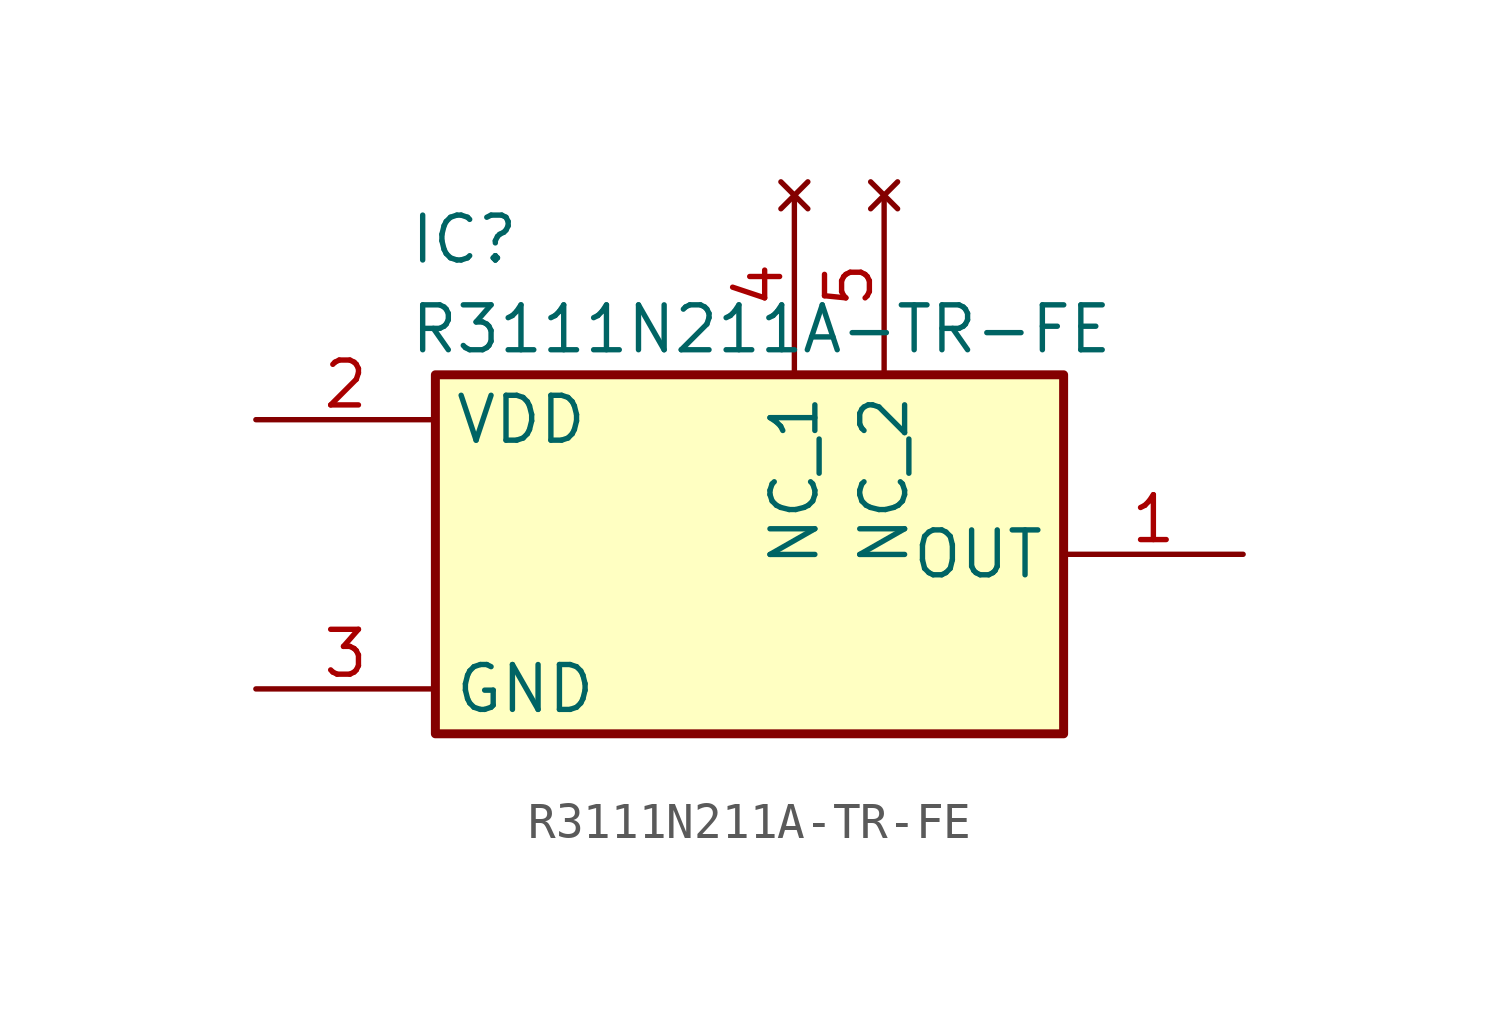
<source format=kicad_sym>
(kicad_symbol_lib
  (version 20231120)
  (generator "kicad_symbol_editor")
  (generator_version "8.0")
  (symbol "R3111N211A-TR-FE"
    (property "Reference" "IC"
      (at -9.652 9.652 0)
      (effects (font (size 1.27 1.27)) (justify left top)))
    (property "Value" "R3111N211A-TR-FE"
      (at -9.652 7.112 0)
      (effects (font (size 1.27 1.27)) (justify left top)))
    (symbol "R3111N211A-TR-FE_1_1"
      (rectangle (start -8.89 5.08) (end 8.89 -5.08) (stroke (width 0.254) (type default)) (fill (type background)))
      (pin output line (at 13.97 0 180) (length 5.08) (name "OUT" (effects (font (size 1.27 1.27)))) (number "1" (effects (font (size 1.27 1.27)))))
      (pin power_in line (at -13.97 3.81 0) (length 5.08) (name "VDD" (effects (font (size 1.27 1.27)))) (number "2" (effects (font (size 1.27 1.27)))))
      (pin power_in line (at -13.97 -3.81 0) (length 5.08) (name "GND" (effects (font (size 1.27 1.27)))) (number "3" (effects (font (size 1.27 1.27)))))
      (pin no_connect line (at 1.27 10.16 270) (length 5.08) (name "NC_1" (effects (font (size 1.27 1.27)))) (number "4" (effects (font (size 1.27 1.27)))))
      (pin no_connect line (at 3.81 10.16 270) (length 5.08) (name "NC_2" (effects (font (size 1.27 1.27)))) (number "5" (effects (font (size 1.27 1.27))))))))
</source>
